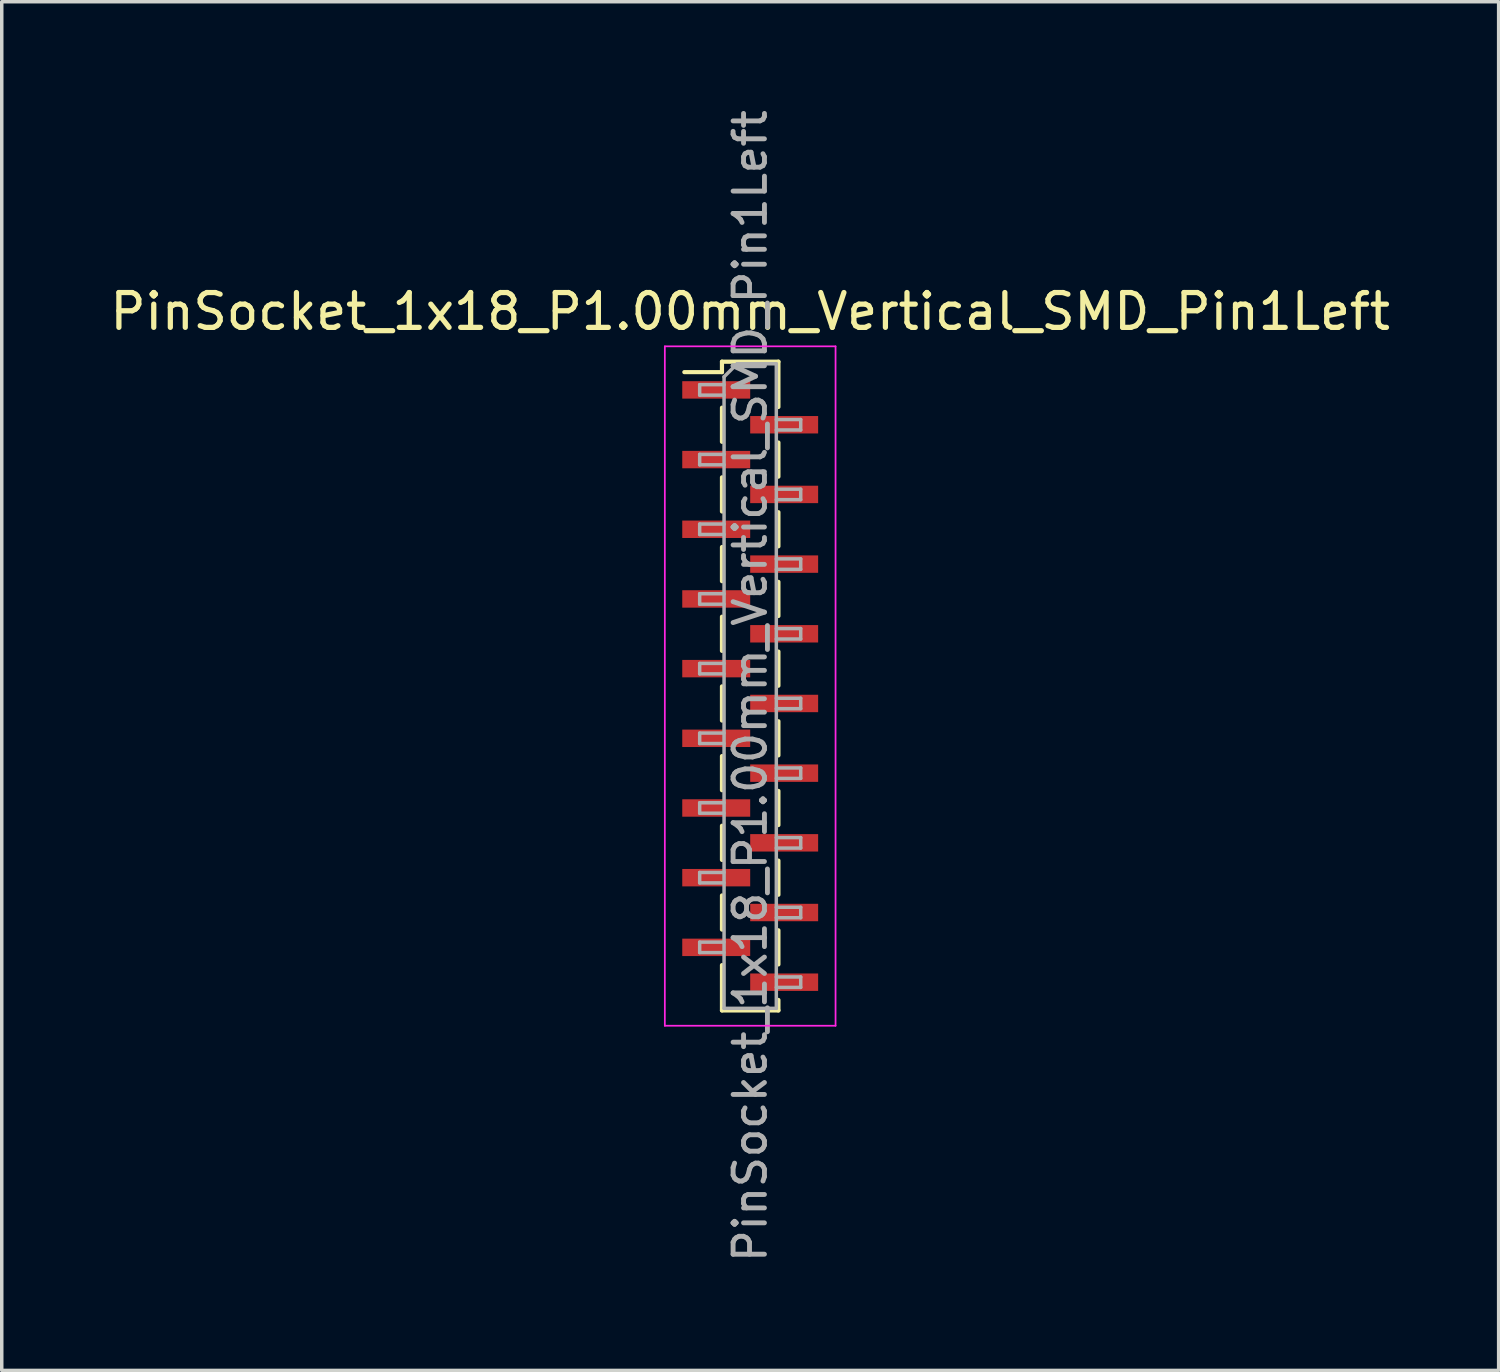
<source format=kicad_pcb>
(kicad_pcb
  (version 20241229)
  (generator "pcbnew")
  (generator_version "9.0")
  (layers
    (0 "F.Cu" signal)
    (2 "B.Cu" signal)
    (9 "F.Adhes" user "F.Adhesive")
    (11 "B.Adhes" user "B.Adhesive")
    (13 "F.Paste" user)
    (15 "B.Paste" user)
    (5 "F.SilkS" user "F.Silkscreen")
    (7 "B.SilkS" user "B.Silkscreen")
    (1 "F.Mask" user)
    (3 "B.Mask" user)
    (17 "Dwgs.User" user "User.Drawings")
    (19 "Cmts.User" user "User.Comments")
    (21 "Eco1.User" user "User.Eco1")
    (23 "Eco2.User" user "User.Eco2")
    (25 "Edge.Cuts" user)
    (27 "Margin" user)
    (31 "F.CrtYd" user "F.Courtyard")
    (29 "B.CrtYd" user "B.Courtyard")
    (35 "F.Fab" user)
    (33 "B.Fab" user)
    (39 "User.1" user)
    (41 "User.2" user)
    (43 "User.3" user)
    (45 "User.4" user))
  (footprint "PinSocket_1x18_P1.00mm_Vertical_SMD_Pin1Left"
    (layer "F.Cu")
    (at 18.482 16.641)
    (property "Reference" "PinSocket_1x18_P1.00mm_Vertical_SMD_Pin1Left" (at 0 -10.75 0) (layer "F.SilkS") (effects (font (size 1 1) (thickness 0.15))))
    (attr smd)
    (fp_line (start -1.89 -9.01) (end -0.81 -9.01) (stroke (width 0.12) (type solid)) (layer "F.SilkS"))
    (fp_line (start -0.81 -9.31) (end -0.81 -9.01) (stroke (width 0.12) (type solid)) (layer "F.SilkS"))
    (fp_line (start -0.81 -9.31) (end 0.81 -9.31) (stroke (width 0.12) (type solid)) (layer "F.SilkS"))
    (fp_line (start -0.81 -7.99) (end -0.81 -7.01) (stroke (width 0.12) (type solid)) (layer "F.SilkS"))
    (fp_line (start -0.81 -5.99) (end -0.81 -5.01) (stroke (width 0.12) (type solid)) (layer "F.SilkS"))
    (fp_line (start -0.81 -3.99) (end -0.81 -3.01) (stroke (width 0.12) (type solid)) (layer "F.SilkS"))
    (fp_line (start -0.81 -1.99) (end -0.81 -1.01) (stroke (width 0.12) (type solid)) (layer "F.SilkS"))
    (fp_line (start -0.81 0.01) (end -0.81 0.99) (stroke (width 0.12) (type solid)) (layer "F.SilkS"))
    (fp_line (start -0.81 2.01) (end -0.81 2.99) (stroke (width 0.12) (type solid)) (layer "F.SilkS"))
    (fp_line (start -0.81 4.01) (end -0.81 4.99) (stroke (width 0.12) (type solid)) (layer "F.SilkS"))
    (fp_line (start -0.81 6.01) (end -0.81 6.99) (stroke (width 0.12) (type solid)) (layer "F.SilkS"))
    (fp_line (start -0.81 8.01) (end -0.81 9.31) (stroke (width 0.12) (type solid)) (layer "F.SilkS"))
    (fp_line (start -0.81 9.31) (end 0.81 9.31) (stroke (width 0.12) (type solid)) (layer "F.SilkS"))
    (fp_line (start 0.81 -9.31) (end 0.81 -8.01) (stroke (width 0.12) (type solid)) (layer "F.SilkS"))
    (fp_line (start 0.81 -6.99) (end 0.81 -6.01) (stroke (width 0.12) (type solid)) (layer "F.SilkS"))
    (fp_line (start 0.81 -4.99) (end 0.81 -4.01) (stroke (width 0.12) (type solid)) (layer "F.SilkS"))
    (fp_line (start 0.81 -2.99) (end 0.81 -2.01) (stroke (width 0.12) (type solid)) (layer "F.SilkS"))
    (fp_line (start 0.81 -0.99) (end 0.81 -0.01) (stroke (width 0.12) (type solid)) (layer "F.SilkS"))
    (fp_line (start 0.81 1.01) (end 0.81 1.99) (stroke (width 0.12) (type solid)) (layer "F.SilkS"))
    (fp_line (start 0.81 3.01) (end 0.81 3.99) (stroke (width 0.12) (type solid)) (layer "F.SilkS"))
    (fp_line (start 0.81 5.01) (end 0.81 5.99) (stroke (width 0.12) (type solid)) (layer "F.SilkS"))
    (fp_line (start 0.81 7.01) (end 0.81 7.99) (stroke (width 0.12) (type solid)) (layer "F.SilkS"))
    (fp_line (start 0.81 9.01) (end 0.81 9.31) (stroke (width 0.12) (type solid)) (layer "F.SilkS"))
    (fp_line (start -2.45 -9.75) (end 2.45 -9.75) (stroke (width 0.05) (type solid)) (layer "F.CrtYd"))
    (fp_line (start -2.45 9.75) (end -2.45 -9.75) (stroke (width 0.05) (type solid)) (layer "F.CrtYd"))
    (fp_line (start 2.45 -9.75) (end 2.45 9.75) (stroke (width 0.05) (type solid)) (layer "F.CrtYd"))
    (fp_line (start 2.45 9.75) (end -2.45 9.75) (stroke (width 0.05) (type solid)) (layer "F.CrtYd"))
    (fp_line (start -1.45 -8.65) (end -0.75 -8.65) (stroke (width 0.1) (type solid)) (layer "F.Fab"))
    (fp_line (start -1.45 -8.35) (end -1.45 -8.65) (stroke (width 0.1) (type solid)) (layer "F.Fab"))
    (fp_line (start -1.45 -6.65) (end -0.75 -6.65) (stroke (width 0.1) (type solid)) (layer "F.Fab"))
    (fp_line (start -1.45 -6.35) (end -1.45 -6.65) (stroke (width 0.1) (type solid)) (layer "F.Fab"))
    (fp_line (start -1.45 -4.65) (end -0.75 -4.65) (stroke (width 0.1) (type solid)) (layer "F.Fab"))
    (fp_line (start -1.45 -4.35) (end -1.45 -4.65) (stroke (width 0.1) (type solid)) (layer "F.Fab"))
    (fp_line (start -1.45 -2.65) (end -0.75 -2.65) (stroke (width 0.1) (type solid)) (layer "F.Fab"))
    (fp_line (start -1.45 -2.35) (end -1.45 -2.65) (stroke (width 0.1) (type solid)) (layer "F.Fab"))
    (fp_line (start -1.45 -0.65) (end -0.75 -0.65) (stroke (width 0.1) (type solid)) (layer "F.Fab"))
    (fp_line (start -1.45 -0.35) (end -1.45 -0.65) (stroke (width 0.1) (type solid)) (layer "F.Fab"))
    (fp_line (start -1.45 1.35) (end -0.75 1.35) (stroke (width 0.1) (type solid)) (layer "F.Fab"))
    (fp_line (start -1.45 1.65) (end -1.45 1.35) (stroke (width 0.1) (type solid)) (layer "F.Fab"))
    (fp_line (start -1.45 3.35) (end -0.75 3.35) (stroke (width 0.1) (type solid)) (layer "F.Fab"))
    (fp_line (start -1.45 3.65) (end -1.45 3.35) (stroke (width 0.1) (type solid)) (layer "F.Fab"))
    (fp_line (start -1.45 5.35) (end -0.75 5.35) (stroke (width 0.1) (type solid)) (layer "F.Fab"))
    (fp_line (start -1.45 5.65) (end -1.45 5.35) (stroke (width 0.1) (type solid)) (layer "F.Fab"))
    (fp_line (start -1.45 7.35) (end -0.75 7.35) (stroke (width 0.1) (type solid)) (layer "F.Fab"))
    (fp_line (start -1.45 7.65) (end -1.45 7.35) (stroke (width 0.1) (type solid)) (layer "F.Fab"))
    (fp_line (start -0.75 -8.875) (end -0.375 -9.25) (stroke (width 0.1) (type solid)) (layer "F.Fab"))
    (fp_line (start -0.75 -8.35) (end -1.45 -8.35) (stroke (width 0.1) (type solid)) (layer "F.Fab"))
    (fp_line (start -0.75 -6.35) (end -1.45 -6.35) (stroke (width 0.1) (type solid)) (layer "F.Fab"))
    (fp_line (start -0.75 -4.35) (end -1.45 -4.35) (stroke (width 0.1) (type solid)) (layer "F.Fab"))
    (fp_line (start -0.75 -2.35) (end -1.45 -2.35) (stroke (width 0.1) (type solid)) (layer "F.Fab"))
    (fp_line (start -0.75 -0.35) (end -1.45 -0.35) (stroke (width 0.1) (type solid)) (layer "F.Fab"))
    (fp_line (start -0.75 1.65) (end -1.45 1.65) (stroke (width 0.1) (type solid)) (layer "F.Fab"))
    (fp_line (start -0.75 3.65) (end -1.45 3.65) (stroke (width 0.1) (type solid)) (layer "F.Fab"))
    (fp_line (start -0.75 5.65) (end -1.45 5.65) (stroke (width 0.1) (type solid)) (layer "F.Fab"))
    (fp_line (start -0.75 7.65) (end -1.45 7.65) (stroke (width 0.1) (type solid)) (layer "F.Fab"))
    (fp_line (start -0.75 9.25) (end -0.75 -8.875) (stroke (width 0.1) (type solid)) (layer "F.Fab"))
    (fp_line (start -0.375 -9.25) (end 0.75 -9.25) (stroke (width 0.1) (type solid)) (layer "F.Fab"))
    (fp_line (start 0.75 -9.25) (end 0.75 9.25) (stroke (width 0.1) (type solid)) (layer "F.Fab"))
    (fp_line (start 0.75 -7.65) (end 1.45 -7.65) (stroke (width 0.1) (type solid)) (layer "F.Fab"))
    (fp_line (start 0.75 -5.65) (end 1.45 -5.65) (stroke (width 0.1) (type solid)) (layer "F.Fab"))
    (fp_line (start 0.75 -3.65) (end 1.45 -3.65) (stroke (width 0.1) (type solid)) (layer "F.Fab"))
    (fp_line (start 0.75 -1.65) (end 1.45 -1.65) (stroke (width 0.1) (type solid)) (layer "F.Fab"))
    (fp_line (start 0.75 0.35) (end 1.45 0.35) (stroke (width 0.1) (type solid)) (layer "F.Fab"))
    (fp_line (start 0.75 2.35) (end 1.45 2.35) (stroke (width 0.1) (type solid)) (layer "F.Fab"))
    (fp_line (start 0.75 4.35) (end 1.45 4.35) (stroke (width 0.1) (type solid)) (layer "F.Fab"))
    (fp_line (start 0.75 6.35) (end 1.45 6.35) (stroke (width 0.1) (type solid)) (layer "F.Fab"))
    (fp_line (start 0.75 8.35) (end 1.45 8.35) (stroke (width 0.1) (type solid)) (layer "F.Fab"))
    (fp_line (start 0.75 9.25) (end -0.75 9.25) (stroke (width 0.1) (type solid)) (layer "F.Fab"))
    (fp_line (start 1.45 -7.65) (end 1.45 -7.35) (stroke (width 0.1) (type solid)) (layer "F.Fab"))
    (fp_line (start 1.45 -7.35) (end 0.75 -7.35) (stroke (width 0.1) (type solid)) (layer "F.Fab"))
    (fp_line (start 1.45 -5.65) (end 1.45 -5.35) (stroke (width 0.1) (type solid)) (layer "F.Fab"))
    (fp_line (start 1.45 -5.35) (end 0.75 -5.35) (stroke (width 0.1) (type solid)) (layer "F.Fab"))
    (fp_line (start 1.45 -3.65) (end 1.45 -3.35) (stroke (width 0.1) (type solid)) (layer "F.Fab"))
    (fp_line (start 1.45 -3.35) (end 0.75 -3.35) (stroke (width 0.1) (type solid)) (layer "F.Fab"))
    (fp_line (start 1.45 -1.65) (end 1.45 -1.35) (stroke (width 0.1) (type solid)) (layer "F.Fab"))
    (fp_line (start 1.45 -1.35) (end 0.75 -1.35) (stroke (width 0.1) (type solid)) (layer "F.Fab"))
    (fp_line (start 1.45 0.35) (end 1.45 0.65) (stroke (width 0.1) (type solid)) (layer "F.Fab"))
    (fp_line (start 1.45 0.65) (end 0.75 0.65) (stroke (width 0.1) (type solid)) (layer "F.Fab"))
    (fp_line (start 1.45 2.35) (end 1.45 2.65) (stroke (width 0.1) (type solid)) (layer "F.Fab"))
    (fp_line (start 1.45 2.65) (end 0.75 2.65) (stroke (width 0.1) (type solid)) (layer "F.Fab"))
    (fp_line (start 1.45 4.35) (end 1.45 4.65) (stroke (width 0.1) (type solid)) (layer "F.Fab"))
    (fp_line (start 1.45 4.65) (end 0.75 4.65) (stroke (width 0.1) (type solid)) (layer "F.Fab"))
    (fp_line (start 1.45 6.35) (end 1.45 6.65) (stroke (width 0.1) (type solid)) (layer "F.Fab"))
    (fp_line (start 1.45 6.65) (end 0.75 6.65) (stroke (width 0.1) (type solid)) (layer "F.Fab"))
    (fp_line (start 1.45 8.35) (end 1.45 8.65) (stroke (width 0.1) (type solid)) (layer "F.Fab"))
    (fp_line (start 1.45 8.65) (end 0.75 8.65) (stroke (width 0.1) (type solid)) (layer "F.Fab"))
    (fp_text user "${REFERENCE}" (at 0 0 90) (layer "F.Fab") (effects (font (size 0.9 0.9) (thickness 0.14))))
    (pad "1" smd rect (at -0.975 -8.5) (size 1.95 0.5) (layers "F.Cu" "F.Mask" "F.Paste"))
    (pad "2" smd rect (at 0.975 -7.5) (size 1.95 0.5) (layers "F.Cu" "F.Mask" "F.Paste"))
    (pad "3" smd rect (at -0.975 -6.5) (size 1.95 0.5) (layers "F.Cu" "F.Mask" "F.Paste"))
    (pad "4" smd rect (at 0.975 -5.5) (size 1.95 0.5) (layers "F.Cu" "F.Mask" "F.Paste"))
    (pad "5" smd rect (at -0.975 -4.5) (size 1.95 0.5) (layers "F.Cu" "F.Mask" "F.Paste"))
    (pad "6" smd rect (at 0.975 -3.5) (size 1.95 0.5) (layers "F.Cu" "F.Mask" "F.Paste"))
    (pad "7" smd rect (at -0.975 -2.5) (size 1.95 0.5) (layers "F.Cu" "F.Mask" "F.Paste"))
    (pad "8" smd rect (at 0.975 -1.5) (size 1.95 0.5) (layers "F.Cu" "F.Mask" "F.Paste"))
    (pad "9" smd rect (at -0.975 -0.5) (size 1.95 0.5) (layers "F.Cu" "F.Mask" "F.Paste"))
    (pad "10" smd rect (at 0.975 0.5) (size 1.95 0.5) (layers "F.Cu" "F.Mask" "F.Paste"))
    (pad "11" smd rect (at -0.975 1.5) (size 1.95 0.5) (layers "F.Cu" "F.Mask" "F.Paste"))
    (pad "12" smd rect (at 0.975 2.5) (size 1.95 0.5) (layers "F.Cu" "F.Mask" "F.Paste"))
    (pad "13" smd rect (at -0.975 3.5) (size 1.95 0.5) (layers "F.Cu" "F.Mask" "F.Paste"))
    (pad "14" smd rect (at 0.975 4.5) (size 1.95 0.5) (layers "F.Cu" "F.Mask" "F.Paste"))
    (pad "15" smd rect (at -0.975 5.5) (size 1.95 0.5) (layers "F.Cu" "F.Mask" "F.Paste"))
    (pad "16" smd rect (at 0.975 6.5) (size 1.95 0.5) (layers "F.Cu" "F.Mask" "F.Paste"))
    (pad "17" smd rect (at -0.975 7.5) (size 1.95 0.5) (layers "F.Cu" "F.Mask" "F.Paste"))
    (pad "18" smd rect (at 0.975 8.5) (size 1.95 0.5) (layers "F.Cu" "F.Mask" "F.Paste")))
  (gr_rect
    (start -3 -3)
    (end 39.964 36.283)
    (stroke (width 0.1) (type default))
    (fill no)
    (layer "Edge.Cuts")))
</source>
